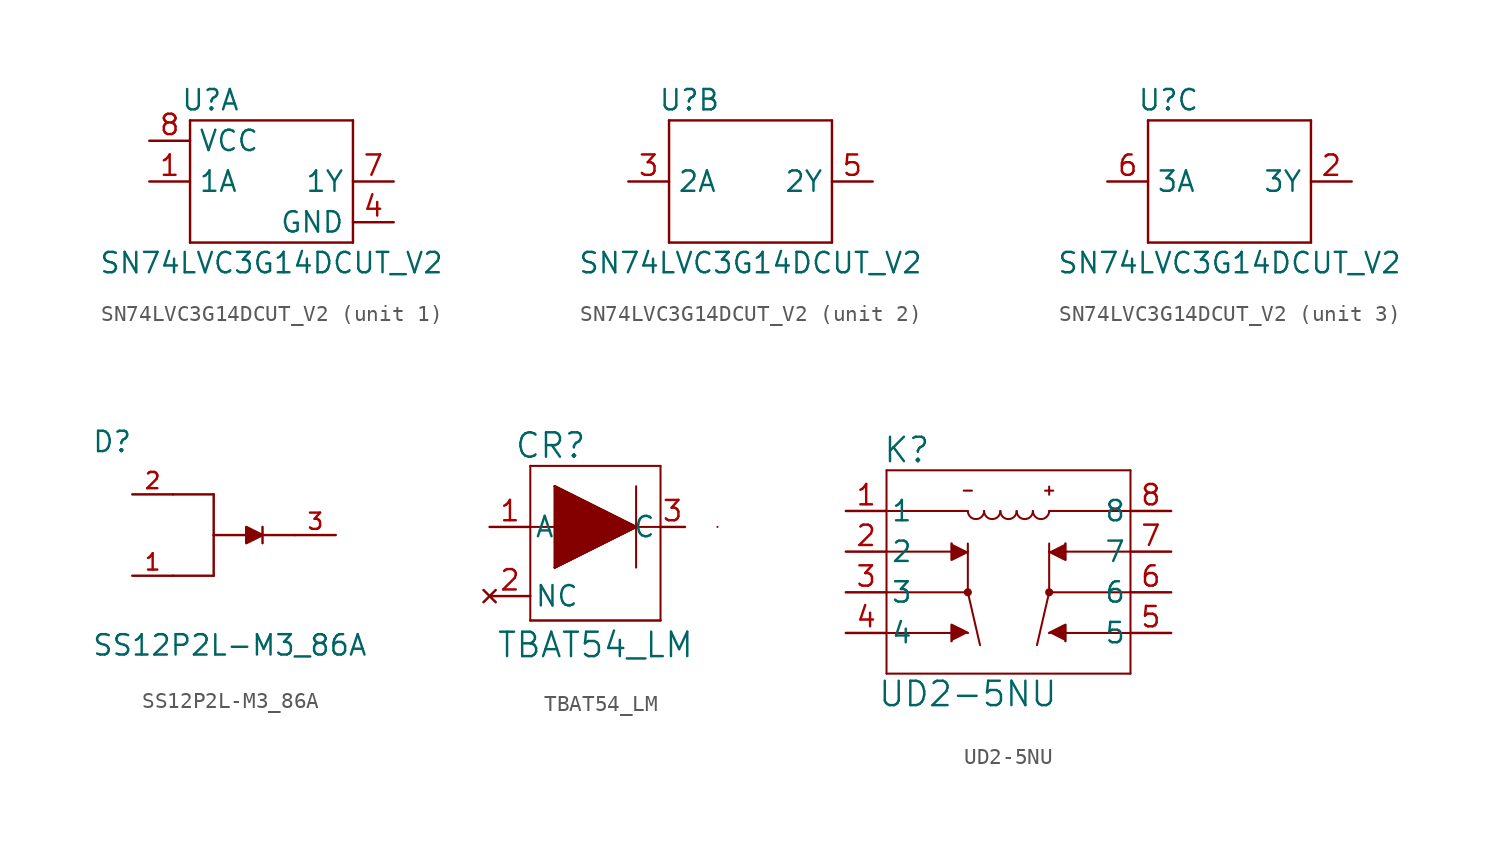
<source format=kicad_sym>
(kicad_symbol_lib
  (version 20211014)
  (generator kicad_symbol_editor)
  (symbol "SN74LVC3G14DCUT_V2"
    (property "Reference" "U"
      (at -3.81 5.08 0)
      (effects (font (size 1.27 1.27))))
    (property "Value" "SN74LVC3G14DCUT_V2"
      (at 0 -5.08 0)
      (effects (font (size 1.27 1.27))))
    (symbol "SN74LVC3G14DCUT_V2_0_1"
      (rectangle (start -5.08 -3.81) (end 5.08 -3.81) (stroke (width 0) (type default) (color 0 0 0 0)) (fill (type none)))
      (rectangle (start -5.08 3.81) (end -5.08 -3.81) (stroke (width 0) (type default) (color 0 0 0 0)) (fill (type none)))
      (rectangle (start -5.08 3.81) (end 5.08 3.81) (stroke (width 0) (type default) (color 0 0 0 0)) (fill (type none)))
      (rectangle (start 5.08 3.81) (end 5.08 -3.81) (stroke (width 0) (type default) (color 0 0 0 0)) (fill (type none))))
    (symbol "SN74LVC3G14DCUT_V2_1_1"
      (pin bidirectional line (at -7.62 0 0) (length 2.54) (name "1A" (effects (font (size 1.27 1.27)))) (number "1" (effects (font (size 1.27 1.27)))))
      (pin bidirectional line (at 7.62 -2.54 180) (length 2.54) (name "GND" (effects (font (size 1.27 1.27)))) (number "4" (effects (font (size 1.27 1.27)))))
      (pin output line (at 7.62 0 180) (length 2.54) (name "1Y" (effects (font (size 1.27 1.27)))) (number "7" (effects (font (size 1.27 1.27)))))
      (pin bidirectional line (at -7.62 2.54 0) (length 2.54) (name "VCC" (effects (font (size 1.27 1.27)))) (number "8" (effects (font (size 1.27 1.27))))))
    (symbol "SN74LVC3G14DCUT_V2_2_1"
      (pin bidirectional line (at -7.62 0 0) (length 2.54) (name "2A" (effects (font (size 1.27 1.27)))) (number "3" (effects (font (size 1.27 1.27)))))
      (pin output line (at 7.62 0 180) (length 2.54) (name "2Y" (effects (font (size 1.27 1.27)))) (number "5" (effects (font (size 1.27 1.27))))))
    (symbol "SN74LVC3G14DCUT_V2_3_1"
      (pin output line (at 7.62 0 180) (length 2.54) (name "3Y" (effects (font (size 1.27 1.27)))) (number "2" (effects (font (size 1.27 1.27)))))
      (pin bidirectional line (at -7.62 0 0) (length 2.54) (name "3A" (effects (font (size 1.27 1.27)))) (number "6" (effects (font (size 1.27 1.27)))))))
  (symbol "SS12P2L-M3_86A"
    (pin_names
      (offset 1.016))
    (property "Reference" "D"
      (at -10.16 5.08 0)
      (effects (font (size 1.27 1.27)) (justify left bottom)))
    (property "Value" "SS12P2L-M3_86A"
      (at -10.16 -7.62 0)
      (effects (font (size 1.27 1.27)) (justify left bottom)))
    (symbol "SS12P2L-M3_86A_0_0"
      (polyline (pts (xy -2.54 -2.54) (xy -5.08 -2.54)) (stroke (width 0.152) (type default) (color 0 0 0 0)) (fill (type none)))
      (polyline (pts (xy -2.54 0) (xy -2.54 -2.54)) (stroke (width 0.152) (type default) (color 0 0 0 0)) (fill (type none)))
      (polyline (pts (xy -2.54 0) (xy -2.54 2.54)) (stroke (width 0.152) (type default) (color 0 0 0 0)) (fill (type none)))
      (polyline (pts (xy -2.54 0) (xy -0.508 0)) (stroke (width 0.152) (type default) (color 0 0 0 0)) (fill (type none)))
      (polyline (pts (xy -2.54 2.54) (xy -5.08 2.54)) (stroke (width 0.152) (type default) (color 0 0 0 0)) (fill (type none)))
      (polyline (pts (xy 0.508 -0.508) (xy 0.508 0.508)) (stroke (width 0.152) (type default) (color 0 0 0 0)) (fill (type none)))
      (polyline (pts (xy 0.508 0) (xy 2.54 0)) (stroke (width 0.152) (type default) (color 0 0 0 0)) (fill (type none)))
      (polyline (pts (xy -0.508 -0.508) (xy -0.508 0.508) (xy 0.508 0) (xy -0.508 -0.508)) (stroke (width 0.152) (type default) (color 0 0 0 0)) (fill (type outline)))
      (pin bidirectional line (at -7.62 -2.54 0) (length 2.54) (name "~" (effects (font (size 1.016 1.016)))) (number "1" (effects (font (size 1.016 1.016)))))
      (pin bidirectional line (at -7.62 2.54 0) (length 2.54) (name "~" (effects (font (size 1.016 1.016)))) (number "2" (effects (font (size 1.016 1.016)))))
      (pin bidirectional line (at 5.08 0 180) (length 2.54) (name "~" (effects (font (size 1.016 1.016)))) (number "3" (effects (font (size 1.016 1.016)))))))
  (symbol "TBAT54_LM"
    (pin_names
      (offset 0.254))
    (property "Reference" "CR"
      (at 8.636 6.35 0)
      (effects (font (size 1.524 1.524))))
    (property "Value" "TBAT54_LM"
      (at 11.43 -6.096 0)
      (effects (font (size 1.524 1.524))))
    (symbol "TBAT54_LM_0_1"
      (polyline (pts (xy 7.366 1.27) (xy 8.89 1.27)) (stroke (width 0.127) (type default) (color 0 0 0 0)) (fill (type none)))
      (polyline (pts (xy 7.366 5.08) (xy 7.366 -4.572)) (stroke (width 0.127) (type default) (color 0 0 0 0)) (fill (type none)))
      (polyline (pts (xy 8.89 -1.27) (xy 13.97 1.27)) (stroke (width 0.127) (type default) (color 0 0 0 0)) (fill (type none)))
      (polyline (pts (xy 8.89 -1.27) (xy 13.97 1.27)) (stroke (width 0.127) (type default) (color 0 0 0 0)) (fill (type none)))
      (polyline (pts (xy 8.89 3.81) (xy 8.89 -1.27)) (stroke (width 0.127) (type default) (color 0 0 0 0)) (fill (type none)))
      (polyline (pts (xy 8.89 3.81) (xy 8.89 -1.27)) (stroke (width 0.127) (type default) (color 0 0 0 0)) (fill (type none)))
      (polyline (pts (xy 13.97 1.27) (xy 8.89 3.81)) (stroke (width 0.127) (type default) (color 0 0 0 0)) (fill (type none)))
      (polyline (pts (xy 13.97 1.27) (xy 8.89 3.81)) (stroke (width 0.127) (type default) (color 0 0 0 0)) (fill (type none)))
      (polyline (pts (xy 13.97 1.27) (xy 15.494 1.27)) (stroke (width 0.127) (type default) (color 0 0 0 0)) (fill (type none)))
      (polyline (pts (xy 13.97 3.81) (xy 13.97 -1.27)) (stroke (width 0.127) (type default) (color 0 0 0 0)) (fill (type none)))
      (polyline (pts (xy 15.494 -4.572) (xy 15.494 5.08)) (stroke (width 0.127) (type default) (color 0 0 0 0)) (fill (type none)))
      (polyline (pts (xy 15.494 5.08) (xy 7.366 5.08)) (stroke (width 0.127) (type default) (color 0 0 0 0)) (fill (type none)))
      (polyline (pts (xy 19.05 1.27) (xy 19.05 1.27)) (stroke (width 0.127) (type default) (color 0 0 0 0)) (fill (type none)))
      (polyline (pts (xy 8.89 3.81) (xy 13.97 1.27) (xy 8.89 -1.27)) (stroke (width 0) (type default) (color 0 0 0 0)) (fill (type outline)))
      (pin unspecified line (at 4.826 1.27 0) (length 2.54) (name "A" (effects (font (size 1.27 1.27)))) (number "1" (effects (font (size 1.27 1.27)))))
      (pin no_connect line (at 4.826 -3.048 0) (length 2.54) (name "NC" (effects (font (size 1.27 1.27)))) (number "2" (effects (font (size 1.27 1.27)))))
      (pin unspecified line (at 17.018 1.27 180) (length 1.54) (name "C" (effects (font (size 1.27 1.27)))) (number "3" (effects (font (size 1.27 1.27))))))
    (symbol "TBAT54_LM_1_1"
      (polyline (pts (xy 15.494 -4.572) (xy 7.366 -4.572)) (stroke (width 0) (type default) (color 0 0 0 0)) (fill (type none)))))
  (symbol "UD2-5NU"
    (pin_names
      (offset 0.254))
    (property "Reference" "K"
      (at 8.89 3.81 0)
      (effects (font (size 1.524 1.524))))
    (property "Value" "UD2-5NU"
      (at 12.7 -11.43 0)
      (effects (font (size 1.524 1.524))))
    (symbol "UD2-5NU_0_1"
      (polyline (pts (xy 7.62 -10.16) (xy 22.86 -10.16)) (stroke (width 0.127) (type default) (color 0 0 0 0)) (fill (type none)))
      (polyline (pts (xy 7.62 -7.62) (xy 12.192 -7.62)) (stroke (width 0.127) (type default) (color 0 0 0 0)) (fill (type none)))
      (polyline (pts (xy 7.62 -5.08) (xy 12.7 -5.08)) (stroke (width 0.127) (type default) (color 0 0 0 0)) (fill (type none)))
      (polyline (pts (xy 7.62 -2.54) (xy 12.192 -2.54)) (stroke (width 0.127) (type default) (color 0 0 0 0)) (fill (type none)))
      (polyline (pts (xy 7.62 0) (xy 12.7 0)) (stroke (width 0.127) (type default) (color 0 0 0 0)) (fill (type none)))
      (polyline (pts (xy 7.62 2.54) (xy 7.62 -10.16)) (stroke (width 0.127) (type default) (color 0 0 0 0)) (fill (type none)))
      (polyline (pts (xy 12.446 1.27) (xy 12.954 1.27)) (stroke (width 0.127) (type default) (color 0 0 0 0)) (fill (type none)))
      (polyline (pts (xy 12.7 -5.08) (xy 12.7 -2.032)) (stroke (width 0.127) (type default) (color 0 0 0 0)) (fill (type none)))
      (polyline (pts (xy 12.7 -5.08) (xy 13.462 -8.382)) (stroke (width 0.127) (type default) (color 0 0 0 0)) (fill (type none)))
      (polyline (pts (xy 17.526 1.27) (xy 18.034 1.27)) (stroke (width 0.127) (type default) (color 0 0 0 0)) (fill (type none)))
      (polyline (pts (xy 17.78 -5.08) (xy 17.018 -8.382)) (stroke (width 0.127) (type default) (color 0 0 0 0)) (fill (type none)))
      (polyline (pts (xy 17.78 -5.08) (xy 17.78 -2.032)) (stroke (width 0.127) (type default) (color 0 0 0 0)) (fill (type none)))
      (polyline (pts (xy 17.78 0) (xy 22.86 0)) (stroke (width 0.127) (type default) (color 0 0 0 0)) (fill (type none)))
      (polyline (pts (xy 17.78 1.524) (xy 17.78 1.016)) (stroke (width 0.127) (type default) (color 0 0 0 0)) (fill (type none)))
      (polyline (pts (xy 22.86 -10.16) (xy 22.86 2.54)) (stroke (width 0.127) (type default) (color 0 0 0 0)) (fill (type none)))
      (polyline (pts (xy 22.86 -7.62) (xy 18.288 -7.62)) (stroke (width 0.127) (type default) (color 0 0 0 0)) (fill (type none)))
      (polyline (pts (xy 22.86 -5.08) (xy 17.78 -5.08)) (stroke (width 0.127) (type default) (color 0 0 0 0)) (fill (type none)))
      (polyline (pts (xy 22.86 -2.54) (xy 18.288 -2.54)) (stroke (width 0.127) (type default) (color 0 0 0 0)) (fill (type none)))
      (polyline (pts (xy 22.86 2.54) (xy 7.62 2.54)) (stroke (width 0.127) (type default) (color 0 0 0 0)) (fill (type none)))
      (polyline (pts (xy 12.7 -7.62) (xy 11.684 -7.112) (xy 11.684 -8.128)) (stroke (width 0) (type default) (color 0 0 0 0)) (fill (type outline)))
      (polyline (pts (xy 12.7 -2.54) (xy 11.684 -3.048) (xy 11.684 -2.032)) (stroke (width 0) (type default) (color 0 0 0 0)) (fill (type outline)))
      (polyline (pts (xy 17.78 -7.62) (xy 18.796 -7.112) (xy 18.796 -8.128)) (stroke (width 0) (type default) (color 0 0 0 0)) (fill (type outline)))
      (polyline (pts (xy 17.78 -2.54) (xy 18.796 -3.048) (xy 18.796 -2.032)) (stroke (width 0) (type default) (color 0 0 0 0)) (fill (type outline)))
      (circle (center 12.7 -5.08) (radius 0.127) (stroke (width 0.254) (type default) (color 0 0 0 0)) (fill (type none)))
      (arc (start 12.7 0) (mid 13.208 -0.508) (end 13.716 0) (stroke (width 0.127) (type default) (color 0 0 0 0)) (fill (type none)))
      (arc (start 13.716 0) (mid 14.224 -0.508) (end 14.732 0) (stroke (width 0.127) (type default) (color 0 0 0 0)) (fill (type none)))
      (arc (start 14.732 0) (mid 15.24 -0.508) (end 15.748 0) (stroke (width 0.127) (type default) (color 0 0 0 0)) (fill (type none)))
      (arc (start 15.748 0) (mid 16.256 -0.508) (end 16.764 0) (stroke (width 0.127) (type default) (color 0 0 0 0)) (fill (type none)))
      (arc (start 16.764 0) (mid 17.272 -0.508) (end 17.78 0) (stroke (width 0.127) (type default) (color 0 0 0 0)) (fill (type none)))
      (circle (center 17.78 -5.08) (radius 0.127) (stroke (width 0.254) (type default) (color 0 0 0 0)) (fill (type none)))
      (pin unspecified line (at 5.08 0 0) (length 2.54) (name "1" (effects (font (size 1.27 1.27)))) (number "1" (effects (font (size 1.27 1.27)))))
      (pin bidirectional line (at 5.08 -2.54 0) (length 2.54) (name "2" (effects (font (size 1.27 1.27)))) (number "2" (effects (font (size 1.27 1.27)))))
      (pin bidirectional line (at 5.08 -5.08 0) (length 2.54) (name "3" (effects (font (size 1.27 1.27)))) (number "3" (effects (font (size 1.27 1.27)))))
      (pin bidirectional line (at 5.08 -7.62 0) (length 2.54) (name "4" (effects (font (size 1.27 1.27)))) (number "4" (effects (font (size 1.27 1.27)))))
      (pin unspecified line (at 25.4 -7.62 180) (length 2.54) (name "5" (effects (font (size 1.27 1.27)))) (number "5" (effects (font (size 1.27 1.27)))))
      (pin unspecified line (at 25.4 -5.08 180) (length 2.54) (name "6" (effects (font (size 1.27 1.27)))) (number "6" (effects (font (size 1.27 1.27)))))
      (pin unspecified line (at 25.4 -2.54 180) (length 2.54) (name "7" (effects (font (size 1.27 1.27)))) (number "7" (effects (font (size 1.27 1.27)))))
      (pin unspecified line (at 25.4 0 180) (length 2.54) (name "8" (effects (font (size 1.27 1.27)))) (number "8" (effects (font (size 1.27 1.27))))))))
</source>
